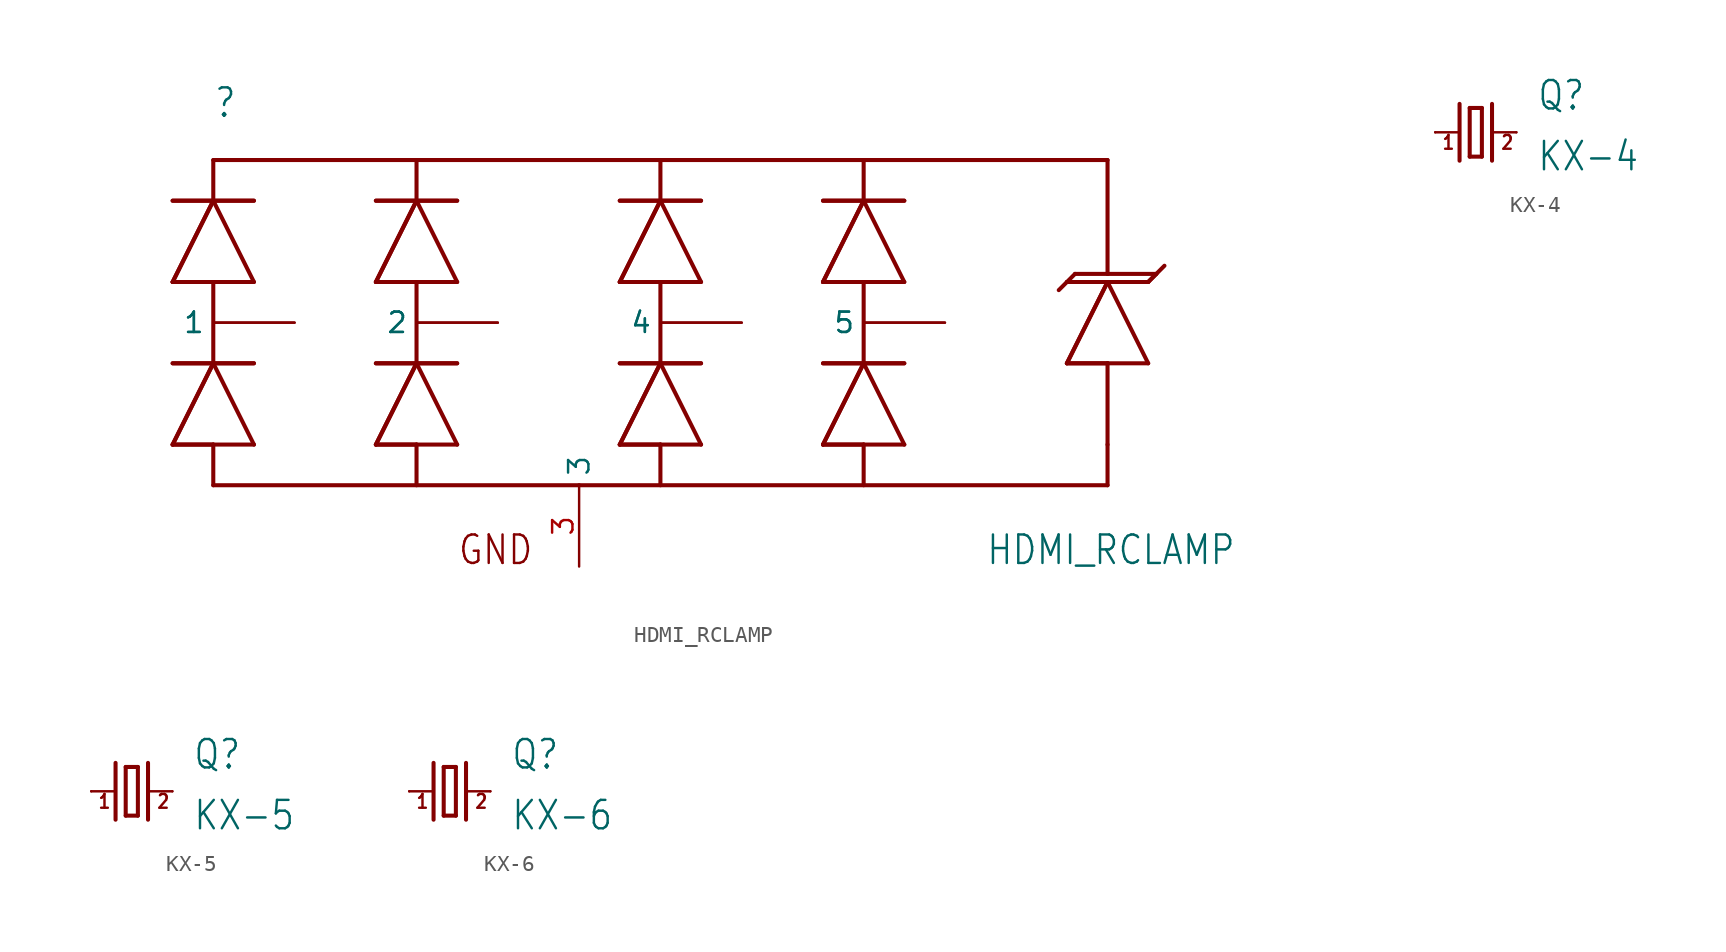
<source format=kicad_sym>
(kicad_symbol_lib
  (version 20211014)
  (generator kicad_symbol_editor)
  (symbol "HDMI_RCLAMP"
    (property "Reference" ""
      (at -22.86 10.16 0)
      (effects (font (size 1.778 1.511)) (justify left bottom)))
    (property "Value" "HDMI_RCLAMP"
      (at 25.4 -17.78 0)
      (effects (font (size 1.778 1.511)) (justify left bottom)))
    (property "ki_locked" ""
      (at 0 0 0)
      (effects (font (size 1.27 1.27))))
    (symbol "HDMI_RCLAMP_1_0"
      (polyline (pts (xy -25.4 -10.16) (xy -22.86 -5.08)) (stroke (width 0.254) (type default) (color 0 0 0 0)) (fill (type none)))
      (polyline (pts (xy -25.4 -10.16) (xy -22.86 -5.08)) (stroke (width 0.254) (type default) (color 0 0 0 0)) (fill (type none)))
      (polyline (pts (xy -25.4 -5.08) (xy -22.86 -5.08)) (stroke (width 0.254) (type default) (color 0 0 0 0)) (fill (type none)))
      (polyline (pts (xy -25.4 0) (xy -22.86 5.08)) (stroke (width 0.254) (type default) (color 0 0 0 0)) (fill (type none)))
      (polyline (pts (xy -25.4 0) (xy -22.86 5.08)) (stroke (width 0.254) (type default) (color 0 0 0 0)) (fill (type none)))
      (polyline (pts (xy -25.4 5.08) (xy -22.86 5.08)) (stroke (width 0.254) (type default) (color 0 0 0 0)) (fill (type none)))
      (polyline (pts (xy -22.86 -12.7) (xy -22.86 -10.16)) (stroke (width 0.254) (type default) (color 0 0 0 0)) (fill (type none)))
      (polyline (pts (xy -22.86 -10.16) (xy -25.4 -10.16)) (stroke (width 0.254) (type default) (color 0 0 0 0)) (fill (type none)))
      (polyline (pts (xy -22.86 -10.16) (xy -25.4 -10.16)) (stroke (width 0.254) (type default) (color 0 0 0 0)) (fill (type none)))
      (polyline (pts (xy -22.86 -5.08) (xy -25.4 -5.08)) (stroke (width 0.254) (type default) (color 0 0 0 0)) (fill (type none)))
      (polyline (pts (xy -22.86 -5.08) (xy -22.86 0)) (stroke (width 0.254) (type default) (color 0 0 0 0)) (fill (type none)))
      (polyline (pts (xy -22.86 -5.08) (xy -20.32 -10.16)) (stroke (width 0.254) (type default) (color 0 0 0 0)) (fill (type none)))
      (polyline (pts (xy -22.86 -5.08) (xy -20.32 -5.08)) (stroke (width 0.254) (type default) (color 0 0 0 0)) (fill (type none)))
      (polyline (pts (xy -22.86 0) (xy -25.4 0)) (stroke (width 0.254) (type default) (color 0 0 0 0)) (fill (type none)))
      (polyline (pts (xy -22.86 0) (xy -25.4 0)) (stroke (width 0.254) (type default) (color 0 0 0 0)) (fill (type none)))
      (polyline (pts (xy -22.86 5.08) (xy -25.4 5.08)) (stroke (width 0.254) (type default) (color 0 0 0 0)) (fill (type none)))
      (polyline (pts (xy -22.86 5.08) (xy -22.86 7.62)) (stroke (width 0.254) (type default) (color 0 0 0 0)) (fill (type none)))
      (polyline (pts (xy -22.86 5.08) (xy -20.32 0)) (stroke (width 0.254) (type default) (color 0 0 0 0)) (fill (type none)))
      (polyline (pts (xy -22.86 5.08) (xy -20.32 5.08)) (stroke (width 0.254) (type default) (color 0 0 0 0)) (fill (type none)))
      (polyline (pts (xy -22.86 7.62) (xy 33.02 7.62)) (stroke (width 0.254) (type default) (color 0 0 0 0)) (fill (type none)))
      (polyline (pts (xy -20.32 -10.16) (xy -22.86 -10.16)) (stroke (width 0.254) (type default) (color 0 0 0 0)) (fill (type none)))
      (polyline (pts (xy -20.32 -5.08) (xy -22.86 -5.08)) (stroke (width 0.254) (type default) (color 0 0 0 0)) (fill (type none)))
      (polyline (pts (xy -20.32 0) (xy -22.86 0)) (stroke (width 0.254) (type default) (color 0 0 0 0)) (fill (type none)))
      (polyline (pts (xy -20.32 5.08) (xy -22.86 5.08)) (stroke (width 0.254) (type default) (color 0 0 0 0)) (fill (type none)))
      (polyline (pts (xy -12.7 -10.16) (xy -10.16 -5.08)) (stroke (width 0.254) (type default) (color 0 0 0 0)) (fill (type none)))
      (polyline (pts (xy -12.7 -10.16) (xy -10.16 -5.08)) (stroke (width 0.254) (type default) (color 0 0 0 0)) (fill (type none)))
      (polyline (pts (xy -12.7 -5.08) (xy -10.16 -5.08)) (stroke (width 0.254) (type default) (color 0 0 0 0)) (fill (type none)))
      (polyline (pts (xy -12.7 0) (xy -10.16 5.08)) (stroke (width 0.254) (type default) (color 0 0 0 0)) (fill (type none)))
      (polyline (pts (xy -12.7 0) (xy -10.16 5.08)) (stroke (width 0.254) (type default) (color 0 0 0 0)) (fill (type none)))
      (polyline (pts (xy -12.7 5.08) (xy -10.16 5.08)) (stroke (width 0.254) (type default) (color 0 0 0 0)) (fill (type none)))
      (polyline (pts (xy -10.16 -12.7) (xy -10.16 -10.16)) (stroke (width 0.254) (type default) (color 0 0 0 0)) (fill (type none)))
      (polyline (pts (xy -10.16 -10.16) (xy -12.7 -10.16)) (stroke (width 0.254) (type default) (color 0 0 0 0)) (fill (type none)))
      (polyline (pts (xy -10.16 -10.16) (xy -12.7 -10.16)) (stroke (width 0.254) (type default) (color 0 0 0 0)) (fill (type none)))
      (polyline (pts (xy -10.16 -5.08) (xy -12.7 -5.08)) (stroke (width 0.254) (type default) (color 0 0 0 0)) (fill (type none)))
      (polyline (pts (xy -10.16 -5.08) (xy -10.16 0)) (stroke (width 0.254) (type default) (color 0 0 0 0)) (fill (type none)))
      (polyline (pts (xy -10.16 -5.08) (xy -7.62 -10.16)) (stroke (width 0.254) (type default) (color 0 0 0 0)) (fill (type none)))
      (polyline (pts (xy -10.16 -5.08) (xy -7.62 -5.08)) (stroke (width 0.254) (type default) (color 0 0 0 0)) (fill (type none)))
      (polyline (pts (xy -10.16 0) (xy -12.7 0)) (stroke (width 0.254) (type default) (color 0 0 0 0)) (fill (type none)))
      (polyline (pts (xy -10.16 0) (xy -12.7 0)) (stroke (width 0.254) (type default) (color 0 0 0 0)) (fill (type none)))
      (polyline (pts (xy -10.16 5.08) (xy -12.7 5.08)) (stroke (width 0.254) (type default) (color 0 0 0 0)) (fill (type none)))
      (polyline (pts (xy -10.16 5.08) (xy -10.16 7.62)) (stroke (width 0.254) (type default) (color 0 0 0 0)) (fill (type none)))
      (polyline (pts (xy -10.16 5.08) (xy -7.62 0)) (stroke (width 0.254) (type default) (color 0 0 0 0)) (fill (type none)))
      (polyline (pts (xy -10.16 5.08) (xy -7.62 5.08)) (stroke (width 0.254) (type default) (color 0 0 0 0)) (fill (type none)))
      (polyline (pts (xy -7.62 -10.16) (xy -10.16 -10.16)) (stroke (width 0.254) (type default) (color 0 0 0 0)) (fill (type none)))
      (polyline (pts (xy -7.62 -5.08) (xy -10.16 -5.08)) (stroke (width 0.254) (type default) (color 0 0 0 0)) (fill (type none)))
      (polyline (pts (xy -7.62 0) (xy -10.16 0)) (stroke (width 0.254) (type default) (color 0 0 0 0)) (fill (type none)))
      (polyline (pts (xy -7.62 5.08) (xy -10.16 5.08)) (stroke (width 0.254) (type default) (color 0 0 0 0)) (fill (type none)))
      (polyline (pts (xy 0 -12.7) (xy -22.86 -12.7)) (stroke (width 0.254) (type default) (color 0 0 0 0)) (fill (type none)))
      (polyline (pts (xy 0 -12.7) (xy 33.02 -12.7)) (stroke (width 0.254) (type default) (color 0 0 0 0)) (fill (type none)))
      (polyline (pts (xy 2.54 -10.16) (xy 5.08 -5.08)) (stroke (width 0.254) (type default) (color 0 0 0 0)) (fill (type none)))
      (polyline (pts (xy 2.54 -10.16) (xy 5.08 -5.08)) (stroke (width 0.254) (type default) (color 0 0 0 0)) (fill (type none)))
      (polyline (pts (xy 2.54 -5.08) (xy 5.08 -5.08)) (stroke (width 0.254) (type default) (color 0 0 0 0)) (fill (type none)))
      (polyline (pts (xy 2.54 0) (xy 5.08 5.08)) (stroke (width 0.254) (type default) (color 0 0 0 0)) (fill (type none)))
      (polyline (pts (xy 2.54 0) (xy 5.08 5.08)) (stroke (width 0.254) (type default) (color 0 0 0 0)) (fill (type none)))
      (polyline (pts (xy 2.54 5.08) (xy 5.08 5.08)) (stroke (width 0.254) (type default) (color 0 0 0 0)) (fill (type none)))
      (polyline (pts (xy 5.08 -12.7) (xy 5.08 -10.16)) (stroke (width 0.254) (type default) (color 0 0 0 0)) (fill (type none)))
      (polyline (pts (xy 5.08 -10.16) (xy 2.54 -10.16)) (stroke (width 0.254) (type default) (color 0 0 0 0)) (fill (type none)))
      (polyline (pts (xy 5.08 -10.16) (xy 2.54 -10.16)) (stroke (width 0.254) (type default) (color 0 0 0 0)) (fill (type none)))
      (polyline (pts (xy 5.08 -5.08) (xy 2.54 -5.08)) (stroke (width 0.254) (type default) (color 0 0 0 0)) (fill (type none)))
      (polyline (pts (xy 5.08 -5.08) (xy 5.08 0)) (stroke (width 0.254) (type default) (color 0 0 0 0)) (fill (type none)))
      (polyline (pts (xy 5.08 -5.08) (xy 7.62 -10.16)) (stroke (width 0.254) (type default) (color 0 0 0 0)) (fill (type none)))
      (polyline (pts (xy 5.08 -5.08) (xy 7.62 -5.08)) (stroke (width 0.254) (type default) (color 0 0 0 0)) (fill (type none)))
      (polyline (pts (xy 5.08 0) (xy 2.54 0)) (stroke (width 0.254) (type default) (color 0 0 0 0)) (fill (type none)))
      (polyline (pts (xy 5.08 0) (xy 2.54 0)) (stroke (width 0.254) (type default) (color 0 0 0 0)) (fill (type none)))
      (polyline (pts (xy 5.08 5.08) (xy 2.54 5.08)) (stroke (width 0.254) (type default) (color 0 0 0 0)) (fill (type none)))
      (polyline (pts (xy 5.08 5.08) (xy 5.08 7.62)) (stroke (width 0.254) (type default) (color 0 0 0 0)) (fill (type none)))
      (polyline (pts (xy 5.08 5.08) (xy 7.62 0)) (stroke (width 0.254) (type default) (color 0 0 0 0)) (fill (type none)))
      (polyline (pts (xy 5.08 5.08) (xy 7.62 5.08)) (stroke (width 0.254) (type default) (color 0 0 0 0)) (fill (type none)))
      (polyline (pts (xy 7.62 -10.16) (xy 5.08 -10.16)) (stroke (width 0.254) (type default) (color 0 0 0 0)) (fill (type none)))
      (polyline (pts (xy 7.62 -5.08) (xy 5.08 -5.08)) (stroke (width 0.254) (type default) (color 0 0 0 0)) (fill (type none)))
      (polyline (pts (xy 7.62 0) (xy 5.08 0)) (stroke (width 0.254) (type default) (color 0 0 0 0)) (fill (type none)))
      (polyline (pts (xy 7.62 5.08) (xy 5.08 5.08)) (stroke (width 0.254) (type default) (color 0 0 0 0)) (fill (type none)))
      (polyline (pts (xy 15.24 -10.16) (xy 17.78 -5.08)) (stroke (width 0.254) (type default) (color 0 0 0 0)) (fill (type none)))
      (polyline (pts (xy 15.24 -10.16) (xy 17.78 -5.08)) (stroke (width 0.254) (type default) (color 0 0 0 0)) (fill (type none)))
      (polyline (pts (xy 15.24 -5.08) (xy 17.78 -5.08)) (stroke (width 0.254) (type default) (color 0 0 0 0)) (fill (type none)))
      (polyline (pts (xy 15.24 0) (xy 17.78 5.08)) (stroke (width 0.254) (type default) (color 0 0 0 0)) (fill (type none)))
      (polyline (pts (xy 15.24 0) (xy 17.78 5.08)) (stroke (width 0.254) (type default) (color 0 0 0 0)) (fill (type none)))
      (polyline (pts (xy 15.24 5.08) (xy 17.78 5.08)) (stroke (width 0.254) (type default) (color 0 0 0 0)) (fill (type none)))
      (polyline (pts (xy 17.78 -12.7) (xy 17.78 -10.16)) (stroke (width 0.254) (type default) (color 0 0 0 0)) (fill (type none)))
      (polyline (pts (xy 17.78 -10.16) (xy 15.24 -10.16)) (stroke (width 0.254) (type default) (color 0 0 0 0)) (fill (type none)))
      (polyline (pts (xy 17.78 -10.16) (xy 15.24 -10.16)) (stroke (width 0.254) (type default) (color 0 0 0 0)) (fill (type none)))
      (polyline (pts (xy 17.78 -5.08) (xy 15.24 -5.08)) (stroke (width 0.254) (type default) (color 0 0 0 0)) (fill (type none)))
      (polyline (pts (xy 17.78 -5.08) (xy 17.78 0)) (stroke (width 0.254) (type default) (color 0 0 0 0)) (fill (type none)))
      (polyline (pts (xy 17.78 -5.08) (xy 20.32 -10.16)) (stroke (width 0.254) (type default) (color 0 0 0 0)) (fill (type none)))
      (polyline (pts (xy 17.78 -5.08) (xy 20.32 -5.08)) (stroke (width 0.254) (type default) (color 0 0 0 0)) (fill (type none)))
      (polyline (pts (xy 17.78 0) (xy 15.24 0)) (stroke (width 0.254) (type default) (color 0 0 0 0)) (fill (type none)))
      (polyline (pts (xy 17.78 0) (xy 15.24 0)) (stroke (width 0.254) (type default) (color 0 0 0 0)) (fill (type none)))
      (polyline (pts (xy 17.78 5.08) (xy 15.24 5.08)) (stroke (width 0.254) (type default) (color 0 0 0 0)) (fill (type none)))
      (polyline (pts (xy 17.78 5.08) (xy 17.78 7.62)) (stroke (width 0.254) (type default) (color 0 0 0 0)) (fill (type none)))
      (polyline (pts (xy 17.78 5.08) (xy 20.32 0)) (stroke (width 0.254) (type default) (color 0 0 0 0)) (fill (type none)))
      (polyline (pts (xy 17.78 5.08) (xy 20.32 5.08)) (stroke (width 0.254) (type default) (color 0 0 0 0)) (fill (type none)))
      (polyline (pts (xy 20.32 -10.16) (xy 17.78 -10.16)) (stroke (width 0.254) (type default) (color 0 0 0 0)) (fill (type none)))
      (polyline (pts (xy 20.32 -5.08) (xy 17.78 -5.08)) (stroke (width 0.254) (type default) (color 0 0 0 0)) (fill (type none)))
      (polyline (pts (xy 20.32 0) (xy 17.78 0)) (stroke (width 0.254) (type default) (color 0 0 0 0)) (fill (type none)))
      (polyline (pts (xy 20.32 5.08) (xy 17.78 5.08)) (stroke (width 0.254) (type default) (color 0 0 0 0)) (fill (type none)))
      (polyline (pts (xy 29.972 -0.508) (xy 30.988 0.508)) (stroke (width 0.254) (type default) (color 0 0 0 0)) (fill (type none)))
      (polyline (pts (xy 30.48 -5.08) (xy 33.02 0)) (stroke (width 0.254) (type default) (color 0 0 0 0)) (fill (type none)))
      (polyline (pts (xy 30.48 -5.08) (xy 33.02 0)) (stroke (width 0.254) (type default) (color 0 0 0 0)) (fill (type none)))
      (polyline (pts (xy 30.48 0) (xy 33.02 0)) (stroke (width 0.254) (type default) (color 0 0 0 0)) (fill (type none)))
      (polyline (pts (xy 30.988 0.508) (xy 33.02 0.508)) (stroke (width 0.254) (type default) (color 0 0 0 0)) (fill (type none)))
      (polyline (pts (xy 33.02 -12.7) (xy 33.02 -10.16)) (stroke (width 0.254) (type default) (color 0 0 0 0)) (fill (type none)))
      (polyline (pts (xy 33.02 -10.16) (xy 33.02 -5.08)) (stroke (width 0.254) (type default) (color 0 0 0 0)) (fill (type none)))
      (polyline (pts (xy 33.02 -5.08) (xy 30.48 -5.08)) (stroke (width 0.254) (type default) (color 0 0 0 0)) (fill (type none)))
      (polyline (pts (xy 33.02 -5.08) (xy 30.48 -5.08)) (stroke (width 0.254) (type default) (color 0 0 0 0)) (fill (type none)))
      (polyline (pts (xy 33.02 0) (xy 30.48 0)) (stroke (width 0.254) (type default) (color 0 0 0 0)) (fill (type none)))
      (polyline (pts (xy 33.02 0) (xy 35.56 -5.08)) (stroke (width 0.254) (type default) (color 0 0 0 0)) (fill (type none)))
      (polyline (pts (xy 33.02 0) (xy 35.56 0)) (stroke (width 0.254) (type default) (color 0 0 0 0)) (fill (type none)))
      (polyline (pts (xy 33.02 0.508) (xy 33.02 7.62)) (stroke (width 0.254) (type default) (color 0 0 0 0)) (fill (type none)))
      (polyline (pts (xy 33.02 0.508) (xy 36.068 0.508)) (stroke (width 0.254) (type default) (color 0 0 0 0)) (fill (type none)))
      (polyline (pts (xy 35.56 -5.08) (xy 33.02 -5.08)) (stroke (width 0.254) (type default) (color 0 0 0 0)) (fill (type none)))
      (polyline (pts (xy 35.56 0) (xy 33.02 0)) (stroke (width 0.254) (type default) (color 0 0 0 0)) (fill (type none)))
      (polyline (pts (xy 35.56 0) (xy 36.576 1.016)) (stroke (width 0.254) (type default) (color 0 0 0 0)) (fill (type none)))
      (polyline (pts (xy 36.068 0.508) (xy 35.56 0)) (stroke (width 0.254) (type default) (color 0 0 0 0)) (fill (type none)))
      (text "GND" (at -7.62 -17.78 0) (effects (font (size 1.778 1.511)) (justify left bottom)))
      (pin bidirectional line (at -17.78 -2.54 180) (length 5.08) (name "1" (effects (font (size 1.27 1.27)))) (number "1" (effects (font (size 0 0)))))
      (pin bidirectional line (at -17.78 -2.54 180) (length 5.08) (name "1" (effects (font (size 1.27 1.27)))) (number "10" (effects (font (size 0 0)))))
      (pin bidirectional line (at -5.08 -2.54 180) (length 5.08) (name "2" (effects (font (size 1.27 1.27)))) (number "2" (effects (font (size 0 0)))))
      (pin bidirectional line (at 0 -17.78 90) (length 5.08) (name "3" (effects (font (size 1.27 1.27)))) (number "3" (effects (font (size 1.27 1.27)))))
      (pin bidirectional line (at 10.16 -2.54 180) (length 5.08) (name "4" (effects (font (size 1.27 1.27)))) (number "4" (effects (font (size 0 0)))))
      (pin bidirectional line (at 22.86 -2.54 180) (length 5.08) (name "5" (effects (font (size 1.27 1.27)))) (number "5" (effects (font (size 0 0)))))
      (pin bidirectional line (at 22.86 -2.54 180) (length 5.08) (name "5" (effects (font (size 1.27 1.27)))) (number "6" (effects (font (size 0 0)))))
      (pin bidirectional line (at 10.16 -2.54 180) (length 5.08) (name "4" (effects (font (size 1.27 1.27)))) (number "7" (effects (font (size 0 0)))))
      (pin bidirectional line (at -5.08 -2.54 180) (length 5.08) (name "2" (effects (font (size 1.27 1.27)))) (number "9" (effects (font (size 0 0)))))))
  (symbol "KX-4"
    (property "Reference" "Q"
      (at 3.81 1.27 0)
      (effects (font (size 1.778 1.511)) (justify left bottom)))
    (property "Value" "KX-4"
      (at 3.81 -2.54 0)
      (effects (font (size 1.778 1.511)) (justify left bottom)))
    (property "ki_locked" ""
      (at 0 0 0)
      (effects (font (size 1.27 1.27))))
    (symbol "KX-4_1_0"
      (polyline (pts (xy -2.54 0) (xy -1.016 0)) (stroke (width 0.152) (type default) (color 0 0 0 0)) (fill (type none)))
      (polyline (pts (xy -1.016 1.778) (xy -1.016 -1.778)) (stroke (width 0.254) (type default) (color 0 0 0 0)) (fill (type none)))
      (polyline (pts (xy -0.381 -1.524) (xy 0.381 -1.524)) (stroke (width 0.254) (type default) (color 0 0 0 0)) (fill (type none)))
      (polyline (pts (xy -0.381 1.524) (xy -0.381 -1.524)) (stroke (width 0.254) (type default) (color 0 0 0 0)) (fill (type none)))
      (polyline (pts (xy 0.381 -1.524) (xy 0.381 1.524)) (stroke (width 0.254) (type default) (color 0 0 0 0)) (fill (type none)))
      (polyline (pts (xy 0.381 1.524) (xy -0.381 1.524)) (stroke (width 0.254) (type default) (color 0 0 0 0)) (fill (type none)))
      (polyline (pts (xy 1.016 0) (xy 2.54 0)) (stroke (width 0.152) (type default) (color 0 0 0 0)) (fill (type none)))
      (polyline (pts (xy 1.016 1.778) (xy 1.016 -1.778)) (stroke (width 0.254) (type default) (color 0 0 0 0)) (fill (type none)))
      (text "1" (at -2.159 -1.143 0) (effects (font (size 0.864 0.734)) (justify left bottom)))
      (text "2" (at 1.524 -1.143 0) (effects (font (size 0.864 0.734)) (justify left bottom)))
      (pin passive line (at -2.54 0 0) (length 0) (name "1" (effects (font (size 0 0)))) (number "1" (effects (font (size 0 0)))))
      (pin passive line (at 2.54 0 180) (length 0) (name "2" (effects (font (size 0 0)))) (number "3" (effects (font (size 0 0)))))))
  (symbol "KX-5"
    (property "Reference" "Q"
      (at 3.81 1.27 0)
      (effects (font (size 1.778 1.511)) (justify left bottom)))
    (property "Value" "KX-5"
      (at 3.81 -2.54 0)
      (effects (font (size 1.778 1.511)) (justify left bottom)))
    (property "ki_locked" ""
      (at 0 0 0)
      (effects (font (size 1.27 1.27))))
    (symbol "KX-5_1_0"
      (polyline (pts (xy -2.54 0) (xy -1.016 0)) (stroke (width 0.152) (type default) (color 0 0 0 0)) (fill (type none)))
      (polyline (pts (xy -1.016 1.778) (xy -1.016 -1.778)) (stroke (width 0.254) (type default) (color 0 0 0 0)) (fill (type none)))
      (polyline (pts (xy -0.381 -1.524) (xy 0.381 -1.524)) (stroke (width 0.254) (type default) (color 0 0 0 0)) (fill (type none)))
      (polyline (pts (xy -0.381 1.524) (xy -0.381 -1.524)) (stroke (width 0.254) (type default) (color 0 0 0 0)) (fill (type none)))
      (polyline (pts (xy 0.381 -1.524) (xy 0.381 1.524)) (stroke (width 0.254) (type default) (color 0 0 0 0)) (fill (type none)))
      (polyline (pts (xy 0.381 1.524) (xy -0.381 1.524)) (stroke (width 0.254) (type default) (color 0 0 0 0)) (fill (type none)))
      (polyline (pts (xy 1.016 0) (xy 2.54 0)) (stroke (width 0.152) (type default) (color 0 0 0 0)) (fill (type none)))
      (polyline (pts (xy 1.016 1.778) (xy 1.016 -1.778)) (stroke (width 0.254) (type default) (color 0 0 0 0)) (fill (type none)))
      (text "1" (at -2.159 -1.143 0) (effects (font (size 0.864 0.734)) (justify left bottom)))
      (text "2" (at 1.524 -1.143 0) (effects (font (size 0.864 0.734)) (justify left bottom)))
      (pin passive line (at -2.54 0 0) (length 0) (name "1" (effects (font (size 0 0)))) (number "1" (effects (font (size 0 0)))))
      (pin passive line (at 2.54 0 180) (length 0) (name "2" (effects (font (size 0 0)))) (number "3" (effects (font (size 0 0)))))))
  (symbol "KX-6"
    (property "Reference" "Q"
      (at 3.81 1.27 0)
      (effects (font (size 1.778 1.511)) (justify left bottom)))
    (property "Value" "KX-6"
      (at 3.81 -2.54 0)
      (effects (font (size 1.778 1.511)) (justify left bottom)))
    (property "ki_locked" ""
      (at 0 0 0)
      (effects (font (size 1.27 1.27))))
    (symbol "KX-6_1_0"
      (polyline (pts (xy -2.54 0) (xy -1.016 0)) (stroke (width 0.152) (type default) (color 0 0 0 0)) (fill (type none)))
      (polyline (pts (xy -1.016 1.778) (xy -1.016 -1.778)) (stroke (width 0.254) (type default) (color 0 0 0 0)) (fill (type none)))
      (polyline (pts (xy -0.381 -1.524) (xy 0.381 -1.524)) (stroke (width 0.254) (type default) (color 0 0 0 0)) (fill (type none)))
      (polyline (pts (xy -0.381 1.524) (xy -0.381 -1.524)) (stroke (width 0.254) (type default) (color 0 0 0 0)) (fill (type none)))
      (polyline (pts (xy 0.381 -1.524) (xy 0.381 1.524)) (stroke (width 0.254) (type default) (color 0 0 0 0)) (fill (type none)))
      (polyline (pts (xy 0.381 1.524) (xy -0.381 1.524)) (stroke (width 0.254) (type default) (color 0 0 0 0)) (fill (type none)))
      (polyline (pts (xy 1.016 0) (xy 2.54 0)) (stroke (width 0.152) (type default) (color 0 0 0 0)) (fill (type none)))
      (polyline (pts (xy 1.016 1.778) (xy 1.016 -1.778)) (stroke (width 0.254) (type default) (color 0 0 0 0)) (fill (type none)))
      (text "1" (at -2.159 -1.143 0) (effects (font (size 0.864 0.734)) (justify left bottom)))
      (text "2" (at 1.524 -1.143 0) (effects (font (size 0.864 0.734)) (justify left bottom)))
      (pin passive line (at -2.54 0 0) (length 0) (name "1" (effects (font (size 0 0)))) (number "1" (effects (font (size 0 0)))))
      (pin passive line (at 2.54 0 180) (length 0) (name "2" (effects (font (size 0 0)))) (number "3" (effects (font (size 0 0))))))))
</source>
